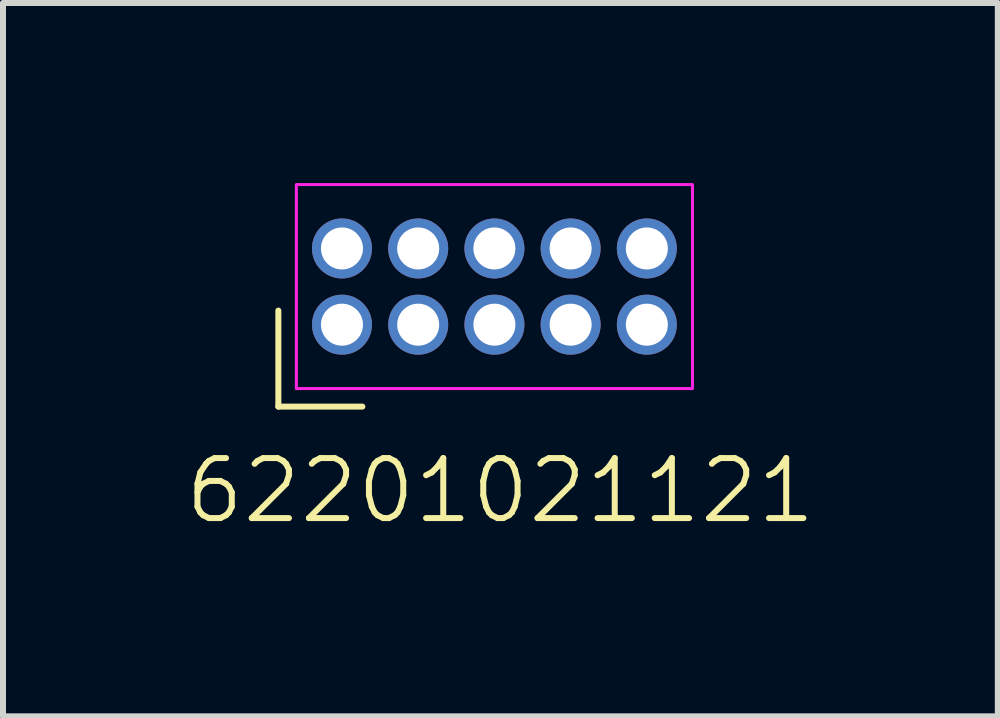
<source format=kicad_pcb>
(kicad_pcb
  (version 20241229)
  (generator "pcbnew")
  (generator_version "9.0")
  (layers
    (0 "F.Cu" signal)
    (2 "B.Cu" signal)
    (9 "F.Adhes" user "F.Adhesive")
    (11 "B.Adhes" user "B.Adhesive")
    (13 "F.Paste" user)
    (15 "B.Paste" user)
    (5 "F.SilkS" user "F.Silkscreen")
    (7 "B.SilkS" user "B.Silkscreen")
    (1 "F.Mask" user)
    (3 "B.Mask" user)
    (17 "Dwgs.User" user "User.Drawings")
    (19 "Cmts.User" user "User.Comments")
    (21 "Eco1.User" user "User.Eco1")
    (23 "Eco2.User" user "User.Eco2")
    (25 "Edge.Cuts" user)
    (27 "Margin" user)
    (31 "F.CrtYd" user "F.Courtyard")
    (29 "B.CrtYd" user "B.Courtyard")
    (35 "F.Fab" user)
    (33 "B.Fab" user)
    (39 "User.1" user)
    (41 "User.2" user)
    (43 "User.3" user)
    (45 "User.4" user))
  (footprint "62201021121"
    (layer "F.Cu")
    (at 5.188 1.725)
    (property "Reference" "62201021121" (at 0.1 3.4 0) (unlocked yes) (layer "F.SilkS") (effects (font (size 1 1) (thickness 0.1))))
    (attr through_hole)
    (fp_line (start -3.6 0.4) (end -3.6 2) (stroke (width 0.1) (type default)) (layer "F.SilkS"))
    (fp_line (start -3.6 2) (end -2.2 2) (stroke (width 0.1) (type default)) (layer "F.SilkS"))
    (fp_rect (start -3.3 1.7) (end 3.3 -1.7) (stroke (width 0.05) (type solid)) (fill no) (layer "F.CrtYd"))
    (pad "1" thru_hole circle (at -2.54 0.635) (size 1 1) (drill 0.7) (layers "*.Cu" "*.Mask"))
    (pad "2" thru_hole circle (at -2.54 -0.635) (size 1 1) (drill 0.7) (layers "*.Cu" "*.Mask"))
    (pad "3" thru_hole circle (at -1.27 0.635) (size 1 1) (drill 0.7) (layers "*.Cu" "*.Mask"))
    (pad "4" thru_hole circle (at -1.27 -0.635) (size 1 1) (drill 0.7) (layers "*.Cu" "*.Mask"))
    (pad "5" thru_hole circle (at 0 0.635) (size 1 1) (drill 0.7) (layers "*.Cu" "*.Mask"))
    (pad "6" thru_hole circle (at 0 -0.635) (size 1 1) (drill 0.7) (layers "*.Cu" "*.Mask"))
    (pad "7" thru_hole circle (at 1.27 0.635) (size 1 1) (drill 0.7) (layers "*.Cu" "*.Mask"))
    (pad "8" thru_hole circle (at 1.27 -0.635) (size 1 1) (drill 0.7) (layers "*.Cu" "*.Mask"))
    (pad "9" thru_hole circle (at 2.54 0.635) (size 1 1) (drill 0.7) (layers "*.Cu" "*.Mask"))
    (pad "10" thru_hole circle (at 2.54 -0.635) (size 1 1) (drill 0.7) (layers "*.Cu" "*.Mask")))
  (gr_rect
    (start -3 -3)
    (end 13.576 8.886)
    (stroke (width 0.1) (type default))
    (fill no)
    (layer "Edge.Cuts")))
</source>
